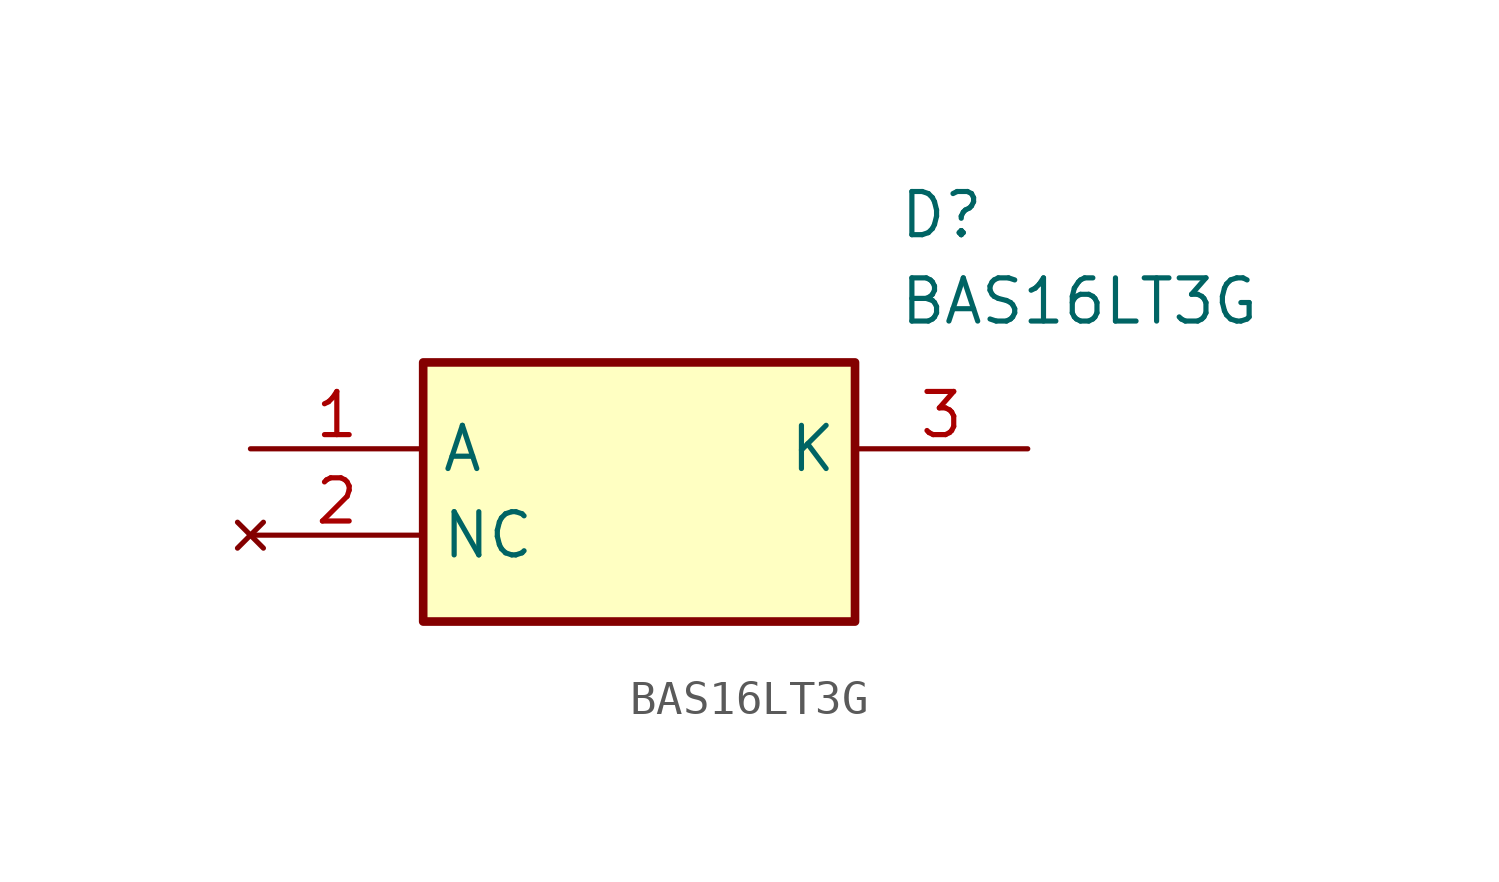
<source format=kicad_sym>
(kicad_symbol_lib
  (version 20211014)
  (generator SamacSys_ECAD_Model)
  (symbol "BAS16LT3G"
    (property "Reference" "D"
      (at 19.05 7.62 0)
      (effects (font (size 1.27 1.27)) (justify left top)))
    (property "Value" "BAS16LT3G"
      (at 19.05 5.08 0)
      (effects (font (size 1.27 1.27)) (justify left top)))
    (rectangle
      (start 5.08 2.54)
      (end 17.78 -5.08)
      (stroke (width 0.254) (type default))
      (fill (type background)))
    (pin passive line
      (at 0 0 0)
      (length 5.08)
      (name "A" (effects (font (size 1.27 1.27))))
      (number "1" (effects (font (size 1.27 1.27)))))
    (pin no_connect line
      (at 0 -2.54 0)
      (length 5.08)
      (name "NC" (effects (font (size 1.27 1.27))))
      (number "2" (effects (font (size 1.27 1.27)))))
    (pin passive line
      (at 22.86 0 180)
      (length 5.08)
      (name "K" (effects (font (size 1.27 1.27))))
      (number "3" (effects (font (size 1.27 1.27)))))))
</source>
